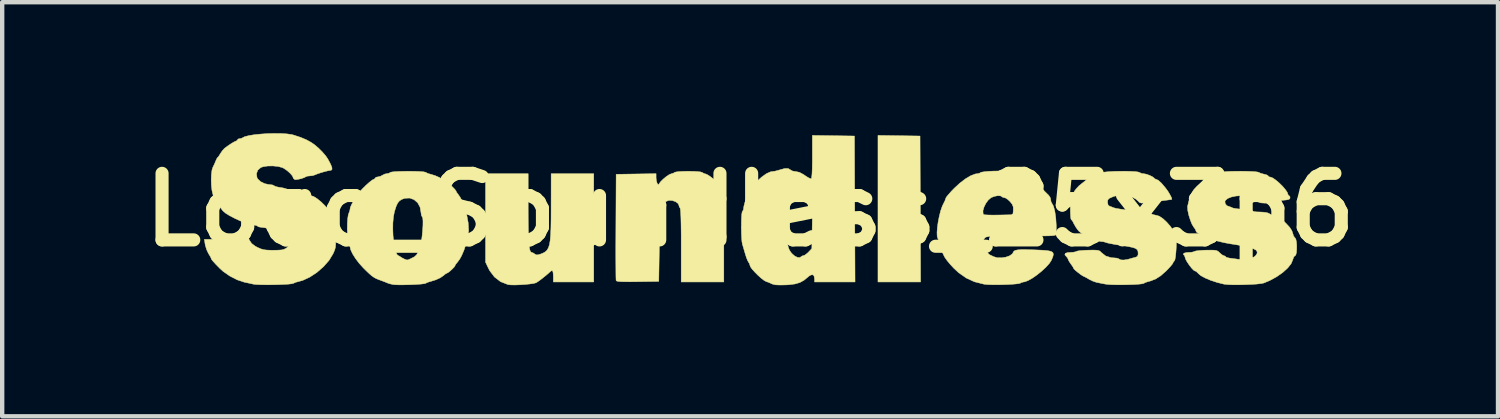
<source format=kicad_pcb>
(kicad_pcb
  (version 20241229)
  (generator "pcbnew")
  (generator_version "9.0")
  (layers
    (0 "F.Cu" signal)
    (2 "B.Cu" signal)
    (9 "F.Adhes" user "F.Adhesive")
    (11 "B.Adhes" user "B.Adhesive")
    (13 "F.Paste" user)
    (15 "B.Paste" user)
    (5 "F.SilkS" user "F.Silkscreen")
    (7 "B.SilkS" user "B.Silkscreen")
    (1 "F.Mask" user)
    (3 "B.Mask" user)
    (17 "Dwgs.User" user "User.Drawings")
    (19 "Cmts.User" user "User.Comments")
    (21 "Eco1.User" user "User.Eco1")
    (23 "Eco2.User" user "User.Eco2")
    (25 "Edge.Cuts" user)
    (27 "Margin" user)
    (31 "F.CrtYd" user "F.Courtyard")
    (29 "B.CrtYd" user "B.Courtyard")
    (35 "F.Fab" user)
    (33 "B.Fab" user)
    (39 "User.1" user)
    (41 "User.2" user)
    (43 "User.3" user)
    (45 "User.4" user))
  (footprint "Logo_Soundless_25x3p6"
    (layer "F.Cu")
    (at 14.122 1.753)
    (property "Reference" "Logo_Soundless_25x3p6" (at 0 0 0) (layer "F.SilkS") (effects (font (size 1.524 1.524) (thickness 0.3))))
    (attr through_hole)
    (fp_poly (pts (xy 3.41 -1.696) (xy 3.891 -1.689) (xy 3.898 -0.019) (xy 3.904 1.652) (xy 2.928 1.652) (xy 2.928 -1.703) (xy 3.41 -1.696)) (stroke (width 0.01) (type solid)) (fill yes) (layer "F.SilkS"))
    (fp_poly (pts (xy -5.08 -0.019) (xy -5.079 0.24) (xy -5.076 0.453) (xy -5.072 0.624) (xy -5.065 0.756) (xy -5.055 0.853) (xy -5.042 0.919) (xy -5.026 0.959) (xy -5.006 0.975) (xy -4.999 0.976) (xy -4.959 0.991) (xy -4.932 1.011) (xy -4.897 1.032) (xy -4.851 1.03) (xy -4.8 1.015) (xy -4.739 0.991) (xy -4.688 0.962) (xy -4.648 0.924) (xy -4.617 0.871) (xy -4.593 0.799) (xy -4.577 0.702) (xy -4.566 0.576) (xy -4.559 0.415) (xy -4.556 0.215) (xy -4.555 -0.03) (xy -4.555 -0.069) (xy -4.554 -0.826) (xy -3.579 -0.826) (xy -3.579 1.652) (xy -4.504 1.652) (xy -4.504 1.531) (xy -4.509 1.441) (xy -4.522 1.396) (xy -4.547 1.394) (xy -4.567 1.409) (xy -4.641 1.475) (xy -4.727 1.546) (xy -4.811 1.611) (xy -4.879 1.658) (xy -4.899 1.67) (xy -4.951 1.685) (xy -5.04 1.698) (xy -5.151 1.709) (xy -5.271 1.717) (xy -5.386 1.721) (xy -5.481 1.719) (xy -5.543 1.712) (xy -5.713 1.645) (xy -5.852 1.538) (xy -5.963 1.391) (xy -5.993 1.332) (xy -6.056 1.2) (xy -6.056 -0.826) (xy -5.08 -0.826) (xy -5.08 -0.019)) (stroke (width 0.01) (type solid)) (fill yes) (layer "F.SilkS"))
    (fp_poly (pts (xy -1.3 -0.88) (xy -1.202 -0.875) (xy -1.129 -0.866) (xy -1.094 -0.854) (xy -1.05 -0.828) (xy -1.034 -0.826) (xy -0.987 -0.809) (xy -0.918 -0.766) (xy -0.842 -0.708) (xy -0.771 -0.643) (xy -0.718 -0.584) (xy -0.706 -0.566) (xy -0.68 -0.515) (xy -0.659 -0.454) (xy -0.641 -0.379) (xy -0.628 -0.284) (xy -0.617 -0.166) (xy -0.61 -0.018) (xy -0.605 0.164) (xy -0.602 0.385) (xy -0.601 0.649) (xy -0.601 0.747) (xy -0.601 1.652) (xy -1.577 1.652) (xy -1.577 0.815) (xy -1.577 0.569) (xy -1.579 0.361) (xy -1.583 0.194) (xy -1.588 0.071) (xy -1.594 -0.007) (xy -1.601 -0.037) (xy -1.602 -0.038) (xy -1.623 -0.073) (xy -1.627 -0.096) (xy -1.649 -0.145) (xy -1.705 -0.186) (xy -1.78 -0.212) (xy -1.857 -0.216) (xy -1.863 -0.215) (xy -1.956 -0.177) (xy -2.024 -0.099) (xy -2.042 -0.063) (xy -2.048 -0.026) (xy -2.054 0.054) (xy -2.06 0.172) (xy -2.065 0.32) (xy -2.071 0.494) (xy -2.075 0.686) (xy -2.077 0.813) (xy -2.09 1.639) (xy -2.572 1.646) (xy -2.748 1.648) (xy -2.879 1.647) (xy -2.972 1.644) (xy -3.03 1.637) (xy -3.06 1.628) (xy -3.066 1.621) (xy -3.069 1.59) (xy -3.071 1.514) (xy -3.072 1.399) (xy -3.073 1.248) (xy -3.074 1.067) (xy -3.074 0.861) (xy -3.073 0.635) (xy -3.072 0.394) (xy -3.072 0.388) (xy -3.066 -0.813) (xy -2.609 -0.82) (xy -2.152 -0.827) (xy -2.152 -0.733) (xy -2.145 -0.666) (xy -2.129 -0.611) (xy -2.109 -0.579) (xy -2.09 -0.583) (xy -2.087 -0.588) (xy -2.051 -0.64) (xy -1.991 -0.7) (xy -1.92 -0.759) (xy -1.852 -0.805) (xy -1.801 -0.826) (xy -1.797 -0.826) (xy -1.748 -0.842) (xy -1.734 -0.854) (xy -1.697 -0.866) (xy -1.622 -0.875) (xy -1.523 -0.88) (xy -1.411 -0.882) (xy -1.3 -0.88)) (stroke (width 0.01) (type solid)) (fill yes) (layer "F.SilkS"))
    (fp_poly (pts (xy 1.908 -1.696) (xy 2.39 -1.689) (xy 2.396 -0.019) (xy 2.403 1.652) (xy 1.476 1.652) (xy 1.476 1.576) (xy 1.463 1.509) (xy 1.425 1.484) (xy 1.369 1.503) (xy 1.331 1.533) (xy 1.236 1.612) (xy 1.14 1.665) (xy 1.028 1.698) (xy 0.887 1.716) (xy 0.813 1.72) (xy 0.678 1.722) (xy 0.584 1.718) (xy 0.521 1.704) (xy 0.499 1.695) (xy 0.426 1.662) (xy 0.37 1.643) (xy 0.323 1.618) (xy 0.257 1.568) (xy 0.183 1.501) (xy 0.11 1.428) (xy 0.048 1.36) (xy 0.009 1.305) (xy 0 1.281) (xy -0.015 1.231) (xy -0.034 1.203) (xy -0.058 1.159) (xy -0.087 1.084) (xy -0.109 1.013) (xy -0.137 0.919) (xy -0.162 0.832) (xy -0.176 0.786) (xy -0.186 0.731) (xy -0.193 0.643) (xy -0.198 0.533) (xy -0.2 0.413) (xy -0.199 0.343) (xy 0.846 0.343) (xy 0.846 0.412) (xy 0.848 0.579) (xy 0.853 0.705) (xy 0.862 0.799) (xy 0.878 0.869) (xy 0.902 0.924) (xy 0.935 0.974) (xy 0.957 1.001) (xy 1.021 1.058) (xy 1.086 1.09) (xy 1.14 1.094) (xy 1.164 1.076) (xy 1.2 1.054) (xy 1.219 1.051) (xy 1.259 1.034) (xy 1.314 0.991) (xy 1.336 0.97) (xy 1.414 0.888) (xy 1.422 0.397) (xy 1.431 -0.094) (xy 1.34 -0.185) (xy 1.268 -0.246) (xy 1.202 -0.272) (xy 1.165 -0.275) (xy 1.069 -0.259) (xy 0.984 -0.218) (xy 0.925 -0.16) (xy 0.909 -0.125) (xy 0.888 -0.064) (xy 0.869 -0.031) (xy 0.86 0.006) (xy 0.853 0.085) (xy 0.848 0.2) (xy 0.846 0.343) (xy -0.199 0.343) (xy -0.199 0.294) (xy -0.196 0.186) (xy -0.19 0.1) (xy -0.181 0.048) (xy -0.175 0.038) (xy -0.154 0.002) (xy -0.15 -0.024) (xy -0.141 -0.084) (xy -0.119 -0.169) (xy -0.089 -0.259) (xy -0.057 -0.336) (xy -0.033 -0.377) (xy -0.005 -0.43) (xy 0 -0.459) (xy 0.012 -0.495) (xy 0.025 -0.5) (xy 0.049 -0.519) (xy 0.05 -0.524) (xy 0.067 -0.555) (xy 0.113 -0.607) (xy 0.177 -0.67) (xy 0.249 -0.735) (xy 0.267 -0.751) (xy 0.377 -0.829) (xy 0.47 -0.87) (xy 0.509 -0.876) (xy 0.57 -0.884) (xy 0.65 -0.905) (xy 0.676 -0.913) (xy 0.791 -0.945) (xy 0.873 -0.945) (xy 0.925 -0.914) (xy 0.926 -0.913) (xy 0.971 -0.888) (xy 1.038 -0.876) (xy 1.044 -0.876) (xy 1.13 -0.858) (xy 1.23 -0.804) (xy 1.254 -0.786) (xy 1.322 -0.742) (xy 1.376 -0.715) (xy 1.401 -0.713) (xy 1.41 -0.744) (xy 1.418 -0.82) (xy 1.423 -0.94) (xy 1.426 -1.097) (xy 1.426 -1.216) (xy 1.426 -1.703) (xy 1.908 -1.696)) (stroke (width 0.01) (type solid)) (fill yes) (layer "F.SilkS"))
    (fp_poly (pts (xy -7.661 -0.88) (xy -7.554 -0.876) (xy -7.473 -0.869) (xy -7.429 -0.859) (xy -7.426 -0.857) (xy -7.378 -0.833) (xy -7.332 -0.819) (xy -7.214 -0.784) (xy -7.106 -0.737) (xy -7.026 -0.687) (xy -7.017 -0.678) (xy -6.972 -0.641) (xy -6.941 -0.625) (xy -6.911 -0.609) (xy -6.862 -0.569) (xy -6.807 -0.518) (xy -6.759 -0.468) (xy -6.733 -0.434) (xy -6.732 -0.429) (xy -6.717 -0.398) (xy -6.688 -0.36) (xy -6.639 -0.29) (xy -6.586 -0.191) (xy -6.538 -0.083) (xy -6.505 0.013) (xy -6.497 0.05) (xy -6.485 0.123) (xy -6.468 0.221) (xy -6.454 0.293) (xy -6.443 0.48) (xy -6.475 0.691) (xy -6.55 0.925) (xy -6.604 1.05) (xy -6.647 1.128) (xy -6.698 1.198) (xy -6.7 1.2) (xy -6.739 1.248) (xy -6.756 1.281) (xy -6.757 1.283) (xy -6.774 1.311) (xy -6.817 1.355) (xy -6.869 1.403) (xy -6.916 1.439) (xy -6.941 1.451) (xy -6.973 1.467) (xy -7.017 1.504) (xy -7.09 1.555) (xy -7.194 1.603) (xy -7.312 1.64) (xy -7.332 1.645) (xy -7.393 1.665) (xy -7.426 1.683) (xy -7.461 1.692) (xy -7.535 1.701) (xy -7.637 1.708) (xy -7.754 1.714) (xy -7.877 1.717) (xy -7.994 1.719) (xy -8.094 1.717) (xy -8.165 1.712) (xy -8.171 1.711) (xy -8.243 1.695) (xy -8.296 1.678) (xy -8.348 1.656) (xy -8.425 1.627) (xy -8.471 1.61) (xy -8.541 1.583) (xy -8.598 1.555) (xy -8.653 1.518) (xy -8.715 1.465) (xy -8.795 1.389) (xy -8.858 1.326) (xy -8.949 1.225) (xy -9.032 1.116) (xy -9.099 1.01) (xy -9.143 0.916) (xy -9.159 0.848) (xy -9.168 0.798) (xy -9.19 0.73) (xy -9.193 0.723) (xy -9.208 0.656) (xy -9.217 0.558) (xy -9.221 0.441) (xy -9.221 0.44) (xy -8.179 0.44) (xy -8.174 0.588) (xy -8.16 0.729) (xy -8.14 0.855) (xy -8.115 0.956) (xy -8.084 1.023) (xy -8.058 1.046) (xy -8.017 1.067) (xy -8.008 1.075) (xy -7.976 1.096) (xy -7.922 1.124) (xy -7.87 1.145) (xy -7.851 1.149) (xy -7.816 1.14) (xy -7.776 1.122) (xy -7.717 1.093) (xy -7.684 1.076) (xy -7.636 1.032) (xy -7.59 0.951) (xy -7.551 0.847) (xy -7.529 0.751) (xy -7.51 0.615) (xy -7.497 0.482) (xy -7.489 0.361) (xy -7.488 0.261) (xy -7.493 0.192) (xy -7.504 0.165) (xy -7.524 0.13) (xy -7.533 0.069) (xy -7.533 0.067) (xy -7.555 -0.059) (xy -7.61 -0.161) (xy -7.693 -0.233) (xy -7.793 -0.269) (xy -7.905 -0.264) (xy -7.975 -0.238) (xy -8.026 -0.205) (xy -8.066 -0.158) (xy -8.1 -0.087) (xy -8.135 0.021) (xy -8.144 0.054) (xy -8.165 0.164) (xy -8.177 0.296) (xy -8.179 0.44) (xy -9.221 0.44) (xy -9.22 0.32) (xy -9.213 0.209) (xy -9.2 0.122) (xy -9.187 0.081) (xy -9.165 0.023) (xy -9.159 -0.011) (xy -9.15 -0.059) (xy -9.119 -0.129) (xy -9.08 -0.2) (xy -9.05 -0.257) (xy -9.041 -0.275) (xy -9.006 -0.331) (xy -8.946 -0.403) (xy -8.872 -0.483) (xy -8.792 -0.562) (xy -8.716 -0.63) (xy -8.652 -0.68) (xy -8.611 -0.701) (xy -8.608 -0.701) (xy -8.584 -0.72) (xy -8.583 -0.726) (xy -8.562 -0.746) (xy -8.527 -0.752) (xy -8.462 -0.767) (xy -8.422 -0.789) (xy -8.362 -0.819) (xy -8.321 -0.826) (xy -8.264 -0.838) (xy -8.24 -0.854) (xy -8.205 -0.865) (xy -8.131 -0.873) (xy -8.029 -0.878) (xy -7.909 -0.881) (xy -7.783 -0.882) (xy -7.661 -0.88)) (stroke (width 0.01) (type solid)) (fill yes) (layer "F.SilkS"))
    (fp_poly (pts (xy 5.799 -0.886) (xy 5.886 -0.878) (xy 5.893 -0.877) (xy 6.064 -0.848) (xy 6.187 -0.821) (xy 6.263 -0.795) (xy 6.288 -0.779) (xy 6.336 -0.754) (xy 6.361 -0.751) (xy 6.399 -0.74) (xy 6.406 -0.727) (xy 6.427 -0.701) (xy 6.452 -0.69) (xy 6.49 -0.666) (xy 6.551 -0.615) (xy 6.623 -0.546) (xy 6.646 -0.523) (xy 6.72 -0.448) (xy 6.785 -0.382) (xy 6.831 -0.338) (xy 6.838 -0.33) (xy 6.873 -0.277) (xy 6.882 -0.237) (xy 6.891 -0.183) (xy 6.903 -0.161) (xy 6.945 -0.085) (xy 6.977 0.032) (xy 6.999 0.185) (xy 7.01 0.364) (xy 7.009 0.557) (xy 7.005 0.569) (xy 6.993 0.579) (xy 6.966 0.586) (xy 6.921 0.592) (xy 6.851 0.596) (xy 6.752 0.598) (xy 6.618 0.6) (xy 6.445 0.6) (xy 6.227 0.601) (xy 6.21 0.601) (xy 5.988 0.601) (xy 5.811 0.601) (xy 5.674 0.603) (xy 5.57 0.606) (xy 5.495 0.61) (xy 5.443 0.615) (xy 5.408 0.623) (xy 5.387 0.633) (xy 5.372 0.646) (xy 5.372 0.646) (xy 5.339 0.701) (xy 5.331 0.74) (xy 5.344 0.798) (xy 5.375 0.873) (xy 5.415 0.948) (xy 5.456 1.005) (xy 5.48 1.027) (xy 5.532 1.051) (xy 5.574 1.072) (xy 5.656 1.097) (xy 5.755 1.099) (xy 5.855 1.084) (xy 5.943 1.053) (xy 6.004 1.009) (xy 6.024 0.975) (xy 6.038 0.949) (xy 6.069 0.93) (xy 6.122 0.918) (xy 6.204 0.912) (xy 6.322 0.912) (xy 6.482 0.916) (xy 6.531 0.918) (xy 6.693 0.925) (xy 6.81 0.935) (xy 6.887 0.951) (xy 6.93 0.976) (xy 6.944 1.014) (xy 6.934 1.067) (xy 6.905 1.139) (xy 6.9 1.151) (xy 6.852 1.227) (xy 6.773 1.314) (xy 6.675 1.405) (xy 6.567 1.492) (xy 6.459 1.567) (xy 6.36 1.622) (xy 6.282 1.65) (xy 6.263 1.652) (xy 6.209 1.665) (xy 6.19 1.678) (xy 6.155 1.689) (xy 6.081 1.698) (xy 5.977 1.706) (xy 5.856 1.712) (xy 5.726 1.715) (xy 5.599 1.716) (xy 5.484 1.714) (xy 5.394 1.708) (xy 5.355 1.703) (xy 5.137 1.648) (xy 4.949 1.562) (xy 4.775 1.44) (xy 4.667 1.34) (xy 4.585 1.252) (xy 4.512 1.164) (xy 4.46 1.091) (xy 4.445 1.064) (xy 4.411 0.992) (xy 4.384 0.934) (xy 4.378 0.923) (xy 4.36 0.872) (xy 4.343 0.799) (xy 4.34 0.785) (xy 4.323 0.715) (xy 4.303 0.664) (xy 4.299 0.658) (xy 4.283 0.607) (xy 4.28 0.519) (xy 4.288 0.406) (xy 4.306 0.278) (xy 4.332 0.147) (xy 4.363 0.024) (xy 4.365 0.019) (xy 5.332 0.019) (xy 5.334 0.084) (xy 5.348 0.109) (xy 5.378 0.115) (xy 5.448 0.119) (xy 5.549 0.121) (xy 5.669 0.12) (xy 5.692 0.12) (xy 6.018 0.113) (xy 6.026 0.009) (xy 6.025 -0.066) (xy 6.001 -0.126) (xy 5.955 -0.185) (xy 5.898 -0.239) (xy 5.847 -0.271) (xy 5.83 -0.275) (xy 5.783 -0.287) (xy 5.768 -0.3) (xy 5.73 -0.32) (xy 5.663 -0.322) (xy 5.585 -0.306) (xy 5.518 -0.278) (xy 5.454 -0.224) (xy 5.398 -0.148) (xy 5.356 -0.063) (xy 5.332 0.019) (xy 4.365 0.019) (xy 4.399 -0.08) (xy 4.427 -0.139) (xy 4.46 -0.204) (xy 4.478 -0.253) (xy 4.479 -0.262) (xy 4.496 -0.293) (xy 4.542 -0.349) (xy 4.608 -0.424) (xy 4.674 -0.492) (xy 4.802 -0.61) (xy 4.93 -0.708) (xy 5.049 -0.779) (xy 5.15 -0.819) (xy 5.198 -0.826) (xy 5.247 -0.835) (xy 5.266 -0.847) (xy 5.298 -0.861) (xy 5.368 -0.872) (xy 5.465 -0.881) (xy 5.577 -0.886) (xy 5.692 -0.888) (xy 5.799 -0.886)) (stroke (width 0.01) (type solid)) (fill yes) (layer "F.SilkS"))
    (fp_poly (pts (xy 8.704 -0.88) (xy 8.808 -0.875) (xy 8.882 -0.866) (xy 8.915 -0.855) (xy 8.96 -0.833) (xy 9.012 -0.826) (xy 9.072 -0.815) (xy 9.145 -0.789) (xy 9.211 -0.757) (xy 9.252 -0.725) (xy 9.255 -0.719) (xy 9.284 -0.701) (xy 9.292 -0.7) (xy 9.345 -0.676) (xy 9.419 -0.609) (xy 9.511 -0.5) (xy 9.565 -0.426) (xy 9.611 -0.35) (xy 9.644 -0.286) (xy 9.657 -0.245) (xy 9.654 -0.238) (xy 9.628 -0.233) (xy 9.563 -0.224) (xy 9.469 -0.212) (xy 9.384 -0.202) (xy 9.263 -0.188) (xy 9.15 -0.174) (xy 9.06 -0.163) (xy 9.024 -0.158) (xy 8.954 -0.154) (xy 8.91 -0.171) (xy 8.884 -0.2) (xy 8.832 -0.245) (xy 8.759 -0.285) (xy 8.744 -0.291) (xy 8.659 -0.311) (xy 8.555 -0.322) (xy 8.45 -0.324) (xy 8.361 -0.316) (xy 8.314 -0.302) (xy 8.253 -0.275) (xy 8.227 -0.265) (xy 8.191 -0.229) (xy 8.183 -0.175) (xy 8.197 -0.108) (xy 8.227 -0.085) (xy 8.287 -0.062) (xy 8.321 -0.048) (xy 8.371 -0.034) (xy 8.463 -0.018) (xy 8.589 0.000045) (xy 8.741 0.018) (xy 8.911 0.036) (xy 8.959 0.04) (xy 9.053 0.055) (xy 9.141 0.076) (xy 9.175 0.089) (xy 9.242 0.114) (xy 9.295 0.125) (xy 9.297 0.125) (xy 9.367 0.146) (xy 9.451 0.202) (xy 9.538 0.282) (xy 9.622 0.378) (xy 9.691 0.479) (xy 9.738 0.576) (xy 9.75 0.62) (xy 9.757 0.69) (xy 9.759 0.784) (xy 9.755 0.889) (xy 9.748 0.992) (xy 9.738 1.082) (xy 9.726 1.146) (xy 9.712 1.171) (xy 9.686 1.201) (xy 9.685 1.212) (xy 9.668 1.242) (xy 9.623 1.297) (xy 9.558 1.367) (xy 9.524 1.401) (xy 9.4 1.511) (xy 9.283 1.585) (xy 9.156 1.633) (xy 9.109 1.645) (xy 9.048 1.665) (xy 9.014 1.684) (xy 8.977 1.694) (xy 8.9 1.703) (xy 8.794 1.71) (xy 8.669 1.714) (xy 8.535 1.717) (xy 8.404 1.717) (xy 8.285 1.714) (xy 8.188 1.708) (xy 8.133 1.701) (xy 8.04 1.683) (xy 7.951 1.665) (xy 7.933 1.662) (xy 7.854 1.636) (xy 7.769 1.595) (xy 7.752 1.585) (xy 7.692 1.55) (xy 7.652 1.529) (xy 7.644 1.527) (xy 7.615 1.512) (xy 7.562 1.477) (xy 7.502 1.431) (xy 7.448 1.386) (xy 7.413 1.352) (xy 7.408 1.343) (xy 7.394 1.312) (xy 7.358 1.259) (xy 7.345 1.241) (xy 7.305 1.183) (xy 7.284 1.14) (xy 7.282 1.133) (xy 7.265 1.097) (xy 7.245 1.076) (xy 7.207 1.03) (xy 7.216 0.997) (xy 7.271 0.979) (xy 7.327 0.976) (xy 7.403 0.971) (xy 7.458 0.96) (xy 7.471 0.952) (xy 7.505 0.942) (xy 7.577 0.933) (xy 7.675 0.926) (xy 7.743 0.924) (xy 7.858 0.922) (xy 7.934 0.925) (xy 7.982 0.933) (xy 8.013 0.949) (xy 8.04 0.976) (xy 8.044 0.98) (xy 8.142 1.058) (xy 8.269 1.097) (xy 8.333 1.101) (xy 8.399 1.107) (xy 8.441 1.122) (xy 8.446 1.126) (xy 8.484 1.146) (xy 8.553 1.15) (xy 8.637 1.138) (xy 8.674 1.128) (xy 8.753 1.105) (xy 8.815 1.09) (xy 8.863 1.071) (xy 8.882 1.032) (xy 8.884 0.992) (xy 8.879 0.946) (xy 8.861 0.91) (xy 8.823 0.883) (xy 8.756 0.861) (xy 8.655 0.84) (xy 8.513 0.817) (xy 8.483 0.813) (xy 8.365 0.795) (xy 8.262 0.776) (xy 8.187 0.76) (xy 8.152 0.749) (xy 8.095 0.732) (xy 8.035 0.726) (xy 7.962 0.713) (xy 7.864 0.678) (xy 7.754 0.63) (xy 7.649 0.575) (xy 7.564 0.52) (xy 7.523 0.485) (xy 7.467 0.411) (xy 7.418 0.327) (xy 7.414 0.319) (xy 7.384 0.26) (xy 7.358 0.228) (xy 7.352 0.225) (xy 7.344 0.202) (xy 7.337 0.139) (xy 7.333 0.048) (xy 7.332 -0.023) (xy 7.334 -0.149) (xy 7.342 -0.234) (xy 7.355 -0.286) (xy 7.37 -0.309) (xy 7.401 -0.359) (xy 7.407 -0.388) (xy 7.424 -0.424) (xy 7.469 -0.483) (xy 7.532 -0.551) (xy 7.54 -0.558) (xy 7.715 -0.697) (xy 7.928 -0.808) (xy 8.042 -0.85) (xy 8.105 -0.862) (xy 8.201 -0.872) (xy 8.319 -0.879) (xy 8.449 -0.882) (xy 8.581 -0.883) (xy 8.704 -0.88)) (stroke (width 0.01) (type solid)) (fill yes) (layer "F.SilkS"))
    (fp_poly (pts (xy 11.368 -0.881) (xy 11.483 -0.877) (xy 11.575 -0.871) (xy 11.631 -0.862) (xy 11.642 -0.858) (xy 11.687 -0.837) (xy 11.755 -0.818) (xy 11.768 -0.815) (xy 11.828 -0.799) (xy 11.86 -0.779) (xy 11.862 -0.775) (xy 11.882 -0.754) (xy 11.906 -0.751) (xy 11.959 -0.732) (xy 12.031 -0.684) (xy 12.111 -0.617) (xy 12.19 -0.539) (xy 12.256 -0.462) (xy 12.3 -0.396) (xy 12.312 -0.357) (xy 12.328 -0.328) (xy 12.337 -0.325) (xy 12.358 -0.304) (xy 12.362 -0.278) (xy 12.357 -0.254) (xy 12.334 -0.238) (xy 12.285 -0.227) (xy 12.2 -0.218) (xy 12.143 -0.214) (xy 12.039 -0.204) (xy 11.95 -0.191) (xy 11.892 -0.178) (xy 11.881 -0.174) (xy 11.795 -0.152) (xy 11.692 -0.159) (xy 11.592 -0.193) (xy 11.513 -0.249) (xy 11.511 -0.25) (xy 11.447 -0.291) (xy 11.353 -0.315) (xy 11.243 -0.323) (xy 11.128 -0.316) (xy 11.022 -0.294) (xy 10.935 -0.26) (xy 10.881 -0.214) (xy 10.872 -0.195) (xy 10.877 -0.142) (xy 10.914 -0.095) (xy 10.967 -0.075) (xy 11.015 -0.059) (xy 11.025 -0.051) (xy 11.059 -0.039) (xy 11.13 -0.026) (xy 11.227 -0.015) (xy 11.28 -0.01) (xy 11.38 -0.001) (xy 11.459 0.011) (xy 11.504 0.023) (xy 11.511 0.029) (xy 11.534 0.04) (xy 11.593 0.048) (xy 11.662 0.05) (xy 11.75 0.054) (xy 11.823 0.064) (xy 11.856 0.073) (xy 11.942 0.117) (xy 12.022 0.152) (xy 12.082 0.172) (xy 12.1 0.175) (xy 12.131 0.192) (xy 12.187 0.235) (xy 12.255 0.297) (xy 12.268 0.309) (xy 12.354 0.402) (xy 12.404 0.48) (xy 12.423 0.536) (xy 12.443 0.6) (xy 12.471 0.639) (xy 12.476 0.642) (xy 12.495 0.672) (xy 12.508 0.735) (xy 12.515 0.816) (xy 12.514 0.903) (xy 12.508 0.98) (xy 12.494 1.034) (xy 12.478 1.051) (xy 12.45 1.074) (xy 12.428 1.131) (xy 12.426 1.14) (xy 12.387 1.233) (xy 12.307 1.334) (xy 12.195 1.435) (xy 12.057 1.532) (xy 11.902 1.617) (xy 11.762 1.676) (xy 11.7 1.689) (xy 11.601 1.7) (xy 11.475 1.708) (xy 11.334 1.714) (xy 11.19 1.717) (xy 11.055 1.717) (xy 10.941 1.712) (xy 10.859 1.704) (xy 10.848 1.702) (xy 10.692 1.663) (xy 10.546 1.615) (xy 10.418 1.561) (xy 10.319 1.507) (xy 10.258 1.456) (xy 10.251 1.446) (xy 10.211 1.409) (xy 10.185 1.401) (xy 10.153 1.381) (xy 10.105 1.331) (xy 10.053 1.263) (xy 10.005 1.192) (xy 9.971 1.129) (xy 9.96 1.092) (xy 9.945 1.049) (xy 9.934 1.038) (xy 9.916 1.013) (xy 9.94 0.991) (xy 9.999 0.978) (xy 10.044 0.976) (xy 10.115 0.971) (xy 10.165 0.958) (xy 10.174 0.952) (xy 10.208 0.942) (xy 10.279 0.933) (xy 10.377 0.926) (xy 10.444 0.924) (xy 10.558 0.923) (xy 10.633 0.925) (xy 10.682 0.934) (xy 10.715 0.951) (xy 10.745 0.979) (xy 10.752 0.985) (xy 10.802 1.029) (xy 10.845 1.051) (xy 10.849 1.051) (xy 10.882 1.064) (xy 10.886 1.074) (xy 10.908 1.089) (xy 10.965 1.104) (xy 11.005 1.11) (xy 11.106 1.123) (xy 11.209 1.137) (xy 11.232 1.14) (xy 11.316 1.145) (xy 11.366 1.131) (xy 11.368 1.129) (xy 11.413 1.108) (xy 11.462 1.101) (xy 11.529 1.084) (xy 11.57 1.055) (xy 11.605 1.005) (xy 11.61 0.962) (xy 11.583 0.923) (xy 11.519 0.889) (xy 11.415 0.856) (xy 11.27 0.824) (xy 11.079 0.791) (xy 10.998 0.779) (xy 10.851 0.752) (xy 10.702 0.716) (xy 10.563 0.676) (xy 10.45 0.635) (xy 10.384 0.603) (xy 10.317 0.565) (xy 10.262 0.538) (xy 10.254 0.535) (xy 10.217 0.508) (xy 10.21 0.489) (xy 10.195 0.449) (xy 10.161 0.401) (xy 10.119 0.334) (xy 10.079 0.235) (xy 10.044 0.124) (xy 10.021 0.017) (xy 10.015 -0.067) (xy 10.016 -0.08) (xy 10.047 -0.208) (xy 10.108 -0.374) (xy 10.12 -0.402) (xy 10.162 -0.465) (xy 10.235 -0.543) (xy 10.328 -0.624) (xy 10.427 -0.7) (xy 10.52 -0.759) (xy 10.578 -0.786) (xy 10.658 -0.817) (xy 10.726 -0.845) (xy 10.747 -0.856) (xy 10.79 -0.866) (xy 10.871 -0.873) (xy 10.979 -0.879) (xy 11.105 -0.882) (xy 11.238 -0.883) (xy 11.368 -0.881)) (stroke (width 0.01) (type solid)) (fill yes) (layer "F.SilkS"))
    (fp_poly (pts (xy -10.741 -1.747) (xy -10.605 -1.738) (xy -10.496 -1.723) (xy -10.46 -1.714) (xy -10.291 -1.659) (xy -10.157 -1.603) (xy -10.045 -1.541) (xy -9.972 -1.49) (xy -9.881 -1.413) (xy -9.789 -1.321) (xy -9.711 -1.229) (xy -9.669 -1.167) (xy -9.608 -1.054) (xy -9.575 -0.976) (xy -9.57 -0.928) (xy -9.591 -0.905) (xy -9.621 -0.901) (xy -9.666 -0.893) (xy -9.742 -0.874) (xy -9.828 -0.849) (xy -9.908 -0.822) (xy -9.963 -0.8) (xy -9.966 -0.798) (xy -10.023 -0.781) (xy -10.08 -0.776) (xy -10.139 -0.77) (xy -10.17 -0.757) (xy -10.212 -0.735) (xy -10.28 -0.712) (xy -10.354 -0.696) (xy -10.411 -0.69) (xy -10.425 -0.693) (xy -10.457 -0.722) (xy -10.46 -0.736) (xy -10.48 -0.779) (xy -10.529 -0.836) (xy -10.595 -0.895) (xy -10.667 -0.945) (xy -10.707 -0.966) (xy -10.803 -0.992) (xy -10.92 -1.004) (xy -11.041 -1.003) (xy -11.147 -0.987) (xy -11.202 -0.968) (xy -11.27 -0.908) (xy -11.3 -0.827) (xy -11.289 -0.74) (xy -11.272 -0.707) (xy -11.207 -0.645) (xy -11.113 -0.599) (xy -11.009 -0.576) (xy -10.988 -0.576) (xy -10.93 -0.568) (xy -10.899 -0.552) (xy -10.868 -0.535) (xy -10.804 -0.519) (xy -10.766 -0.513) (xy -10.686 -0.499) (xy -10.621 -0.481) (xy -10.605 -0.474) (xy -10.551 -0.459) (xy -10.477 -0.451) (xy -10.464 -0.45) (xy -10.389 -0.441) (xy -10.338 -0.416) (xy -10.335 -0.413) (xy -10.29 -0.387) (xy -10.223 -0.375) (xy -10.221 -0.375) (xy -10.16 -0.369) (xy -10.124 -0.352) (xy -10.122 -0.35) (xy -10.087 -0.33) (xy -10.057 -0.325) (xy -9.994 -0.306) (xy -9.911 -0.254) (xy -9.819 -0.179) (xy -9.727 -0.088) (xy -9.643 0.01) (xy -9.577 0.106) (xy -9.558 0.14) (xy -9.531 0.202) (xy -9.513 0.265) (xy -9.501 0.342) (xy -9.493 0.446) (xy -9.489 0.565) (xy -9.486 0.695) (xy -9.487 0.787) (xy -9.493 0.856) (xy -9.507 0.912) (xy -9.53 0.969) (xy -9.548 1.008) (xy -9.639 1.158) (xy -9.766 1.302) (xy -9.916 1.433) (xy -10.078 1.54) (xy -10.241 1.616) (xy -10.339 1.643) (xy -10.406 1.661) (xy -10.453 1.683) (xy -10.454 1.683) (xy -10.491 1.693) (xy -10.567 1.702) (xy -10.674 1.708) (xy -10.799 1.713) (xy -10.934 1.716) (xy -11.068 1.717) (xy -11.192 1.715) (xy -11.293 1.711) (xy -11.364 1.704) (xy -11.374 1.702) (xy -11.467 1.681) (xy -11.567 1.66) (xy -11.58 1.657) (xy -11.742 1.603) (xy -11.91 1.517) (xy -12.064 1.41) (xy -12.14 1.341) (xy -12.232 1.247) (xy -12.292 1.181) (xy -12.326 1.14) (xy -12.337 1.116) (xy -12.337 1.114) (xy -12.349 1.086) (xy -12.38 1.032) (xy -12.398 1.004) (xy -12.44 0.916) (xy -12.471 0.816) (xy -12.476 0.792) (xy -12.493 0.676) (xy -12.332 0.676) (xy -12.245 0.672) (xy -12.178 0.662) (xy -12.147 0.651) (xy -12.111 0.636) (xy -12.04 0.62) (xy -11.961 0.609) (xy -11.876 0.598) (xy -11.813 0.585) (xy -11.787 0.574) (xy -11.756 0.561) (xy -11.694 0.55) (xy -11.671 0.548) (xy -11.593 0.55) (xy -11.538 0.576) (xy -11.492 0.634) (xy -11.458 0.701) (xy -11.411 0.771) (xy -11.332 0.831) (xy -11.283 0.858) (xy -11.21 0.891) (xy -11.143 0.912) (xy -11.066 0.922) (xy -10.961 0.926) (xy -10.916 0.926) (xy -10.8 0.924) (xy -10.722 0.918) (xy -10.668 0.904) (xy -10.624 0.881) (xy -10.609 0.871) (xy -10.556 0.818) (xy -10.536 0.753) (xy -10.535 0.725) (xy -10.547 0.648) (xy -10.587 0.59) (xy -10.665 0.541) (xy -10.711 0.52) (xy -10.794 0.49) (xy -10.9 0.459) (xy -11.013 0.431) (xy -11.114 0.41) (xy -11.188 0.401) (xy -11.195 0.4) (xy -11.249 0.391) (xy -11.274 0.375) (xy -11.308 0.357) (xy -11.36 0.35) (xy -11.438 0.338) (xy -11.545 0.304) (xy -11.669 0.255) (xy -11.796 0.197) (xy -11.913 0.136) (xy -12.008 0.077) (xy -12.067 0.027) (xy -12.16 -0.094) (xy -12.242 -0.229) (xy -12.299 -0.355) (xy -12.299 -0.356) (xy -12.32 -0.447) (xy -12.333 -0.563) (xy -12.337 -0.69) (xy -12.332 -0.811) (xy -12.319 -0.911) (xy -12.301 -0.968) (xy -12.264 -1.044) (xy -12.232 -1.12) (xy -12.207 -1.174) (xy -12.188 -1.201) (xy -12.187 -1.201) (xy -12.167 -1.221) (xy -12.137 -1.27) (xy -12.129 -1.283) (xy -12.083 -1.351) (xy -12.032 -1.407) (xy -12.03 -1.409) (xy -11.961 -1.46) (xy -11.885 -1.511) (xy -11.817 -1.552) (xy -11.77 -1.574) (xy -11.76 -1.577) (xy -11.737 -1.596) (xy -11.737 -1.602) (xy -11.716 -1.622) (xy -11.691 -1.627) (xy -11.642 -1.636) (xy -11.626 -1.645) (xy -11.573 -1.673) (xy -11.48 -1.697) (xy -11.356 -1.718) (xy -11.211 -1.733) (xy -11.053 -1.744) (xy -10.894 -1.748) (xy -10.741 -1.747)) (stroke (width 0.01) (type solid)) (fill yes) (layer "F.SilkS")))
  (gr_rect
    (start -3 -3)
    (end 31.245 6.481)
    (stroke (width 0.1) (type default))
    (fill no)
    (layer "Edge.Cuts")))
</source>
